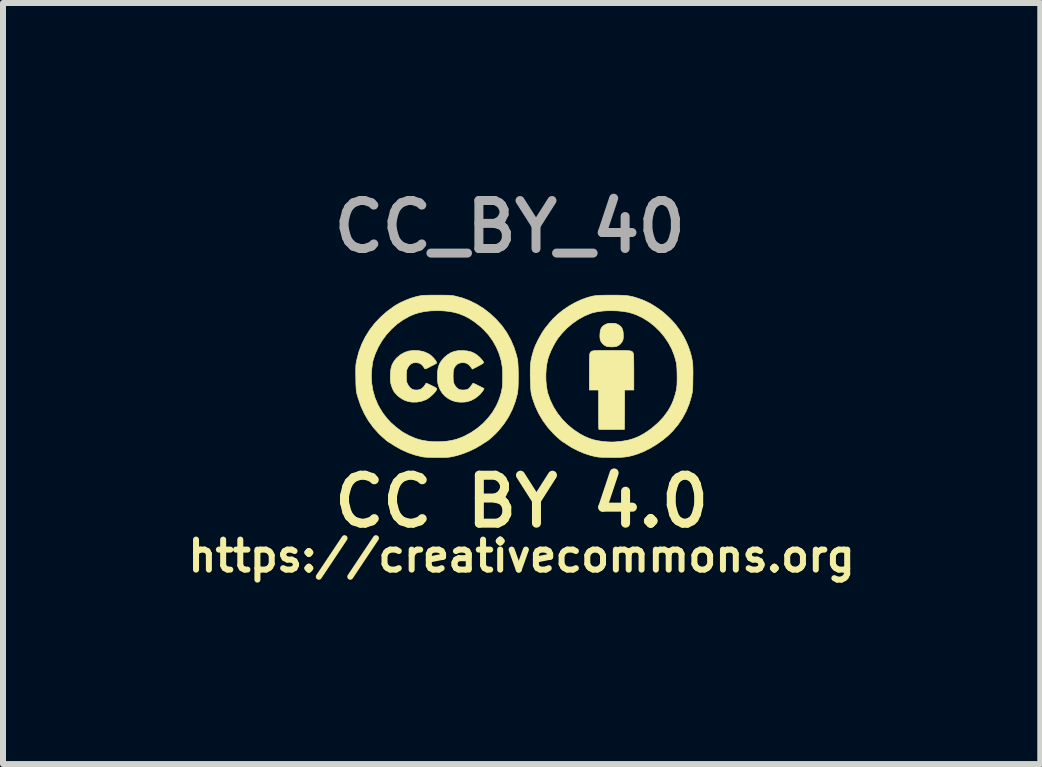
<source format=kicad_pcb>
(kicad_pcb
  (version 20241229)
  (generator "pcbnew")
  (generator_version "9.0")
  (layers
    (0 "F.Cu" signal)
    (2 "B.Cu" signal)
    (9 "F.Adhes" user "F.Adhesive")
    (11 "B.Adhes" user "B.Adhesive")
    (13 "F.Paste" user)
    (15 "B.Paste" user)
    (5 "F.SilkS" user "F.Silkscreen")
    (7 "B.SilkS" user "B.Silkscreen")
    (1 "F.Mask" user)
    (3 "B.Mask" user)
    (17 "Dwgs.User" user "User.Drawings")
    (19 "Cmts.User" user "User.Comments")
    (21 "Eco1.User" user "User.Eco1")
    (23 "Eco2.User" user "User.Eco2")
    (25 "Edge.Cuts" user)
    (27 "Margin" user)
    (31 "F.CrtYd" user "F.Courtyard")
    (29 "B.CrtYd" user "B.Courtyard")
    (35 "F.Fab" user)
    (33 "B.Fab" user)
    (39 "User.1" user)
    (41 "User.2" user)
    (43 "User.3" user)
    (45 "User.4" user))
  (footprint "CC_BY_40"
    (layer "F.Cu")
    (at 5.689 3.151)
    (property "Reference" "CC_BY_40" (at -0.24 -2.42 0) (layer "F.Fab") (effects (font (size 0.8 0.8) (thickness 0.15))))
    (attr through_hole)
    (fp_poly (pts (xy 1.492 -0.811) (xy 1.516 -0.808) (xy 1.536 -0.803) (xy 1.558 -0.793) (xy 1.565 -0.79) (xy 1.6 -0.767) (xy 1.625 -0.741) (xy 1.641 -0.708) (xy 1.651 -0.665) (xy 1.653 -0.631) (xy 1.654 -0.594) (xy 1.652 -0.559) (xy 1.648 -0.534) (xy 1.647 -0.532) (xy 1.632 -0.5) (xy 1.607 -0.468) (xy 1.575 -0.443) (xy 1.542 -0.426) (xy 1.536 -0.425) (xy 1.502 -0.419) (xy 1.461 -0.417) (xy 1.419 -0.419) (xy 1.383 -0.424) (xy 1.376 -0.425) (xy 1.352 -0.436) (xy 1.324 -0.456) (xy 1.313 -0.466) (xy 1.291 -0.491) (xy 1.276 -0.517) (xy 1.267 -0.547) (xy 1.263 -0.586) (xy 1.264 -0.631) (xy 1.269 -0.682) (xy 1.281 -0.721) (xy 1.3 -0.751) (xy 1.329 -0.776) (xy 1.353 -0.79) (xy 1.376 -0.8) (xy 1.396 -0.807) (xy 1.418 -0.81) (xy 1.448 -0.811) (xy 1.459 -0.811) (xy 1.492 -0.811)) (stroke (width 0.01) (type solid)) (fill yes) (layer "F.SilkS"))
    (fp_poly (pts (xy 1.537 -0.358) (xy 1.603 -0.358) (xy 1.656 -0.357) (xy 1.699 -0.356) (xy 1.733 -0.355) (xy 1.758 -0.352) (xy 1.777 -0.349) (xy 1.791 -0.344) (xy 1.801 -0.339) (xy 1.808 -0.331) (xy 1.814 -0.323) (xy 1.818 -0.315) (xy 1.82 -0.308) (xy 1.823 -0.297) (xy 1.825 -0.281) (xy 1.826 -0.259) (xy 1.827 -0.23) (xy 1.828 -0.191) (xy 1.828 -0.142) (xy 1.829 -0.082) (xy 1.829 -0.009) (xy 1.829 0.004) (xy 1.829 0.302) (xy 1.676 0.302) (xy 1.675 0.631) (xy 1.673 0.959) (xy 1.462 0.961) (xy 1.408 0.961) (xy 1.359 0.961) (xy 1.316 0.961) (xy 1.282 0.96) (xy 1.258 0.959) (xy 1.247 0.958) (xy 1.246 0.958) (xy 1.245 0.95) (xy 1.244 0.929) (xy 1.243 0.896) (xy 1.242 0.853) (xy 1.242 0.802) (xy 1.241 0.744) (xy 1.241 0.68) (xy 1.241 0.628) (xy 1.241 0.302) (xy 1.088 0.302) (xy 1.088 0.004) (xy 1.089 -0.071) (xy 1.089 -0.134) (xy 1.089 -0.184) (xy 1.09 -0.224) (xy 1.091 -0.255) (xy 1.092 -0.278) (xy 1.094 -0.295) (xy 1.096 -0.306) (xy 1.099 -0.314) (xy 1.099 -0.315) (xy 1.105 -0.325) (xy 1.111 -0.333) (xy 1.118 -0.34) (xy 1.129 -0.346) (xy 1.144 -0.35) (xy 1.165 -0.353) (xy 1.192 -0.355) (xy 1.228 -0.357) (xy 1.274 -0.358) (xy 1.33 -0.358) (xy 1.399 -0.358) (xy 1.459 -0.358) (xy 1.537 -0.358)) (stroke (width 0.01) (type solid)) (fill yes) (layer "F.SilkS"))
    (fp_poly (pts (xy -1.016 -0.356) (xy -0.947 -0.349) (xy -0.887 -0.335) (xy -0.834 -0.313) (xy -0.797 -0.29) (xy -0.772 -0.271) (xy -0.745 -0.247) (xy -0.72 -0.221) (xy -0.699 -0.196) (xy -0.683 -0.175) (xy -0.675 -0.159) (xy -0.675 -0.157) (xy -0.681 -0.148) (xy -0.697 -0.136) (xy -0.726 -0.118) (xy -0.768 -0.096) (xy -0.769 -0.095) (xy -0.863 -0.046) (xy -0.893 -0.087) (xy -0.925 -0.122) (xy -0.96 -0.144) (xy -1.001 -0.154) (xy -1.022 -0.155) (xy -1.071 -0.149) (xy -1.112 -0.131) (xy -1.144 -0.101) (xy -1.168 -0.061) (xy -1.179 -0.022) (xy -1.182 0.002) (xy -1.183 0.036) (xy -1.184 0.074) (xy -1.183 0.112) (xy -1.181 0.144) (xy -1.18 0.159) (xy -1.169 0.197) (xy -1.148 0.234) (xy -1.121 0.266) (xy -1.091 0.289) (xy -1.079 0.295) (xy -1.052 0.3) (xy -1.018 0.302) (xy -0.983 0.3) (xy -0.952 0.294) (xy -0.946 0.291) (xy -0.93 0.283) (xy -0.916 0.271) (xy -0.899 0.252) (xy -0.878 0.224) (xy -0.861 0.198) (xy -0.857 0.193) (xy -0.85 0.191) (xy -0.84 0.193) (xy -0.824 0.199) (xy -0.8 0.211) (xy -0.764 0.228) (xy -0.762 0.23) (xy -0.729 0.246) (xy -0.701 0.26) (xy -0.68 0.271) (xy -0.67 0.277) (xy -0.669 0.277) (xy -0.67 0.285) (xy -0.679 0.301) (xy -0.694 0.323) (xy -0.713 0.347) (xy -0.734 0.371) (xy -0.755 0.392) (xy -0.759 0.395) (xy -0.819 0.441) (xy -0.885 0.476) (xy -0.94 0.494) (xy -0.977 0.501) (xy -1.023 0.504) (xy -1.071 0.504) (xy -1.115 0.5) (xy -1.132 0.498) (xy -1.2 0.478) (xy -1.263 0.446) (xy -1.319 0.404) (xy -1.366 0.353) (xy -1.4 0.298) (xy -1.421 0.25) (xy -1.436 0.202) (xy -1.444 0.151) (xy -1.447 0.091) (xy -1.447 0.074) (xy -1.444 -0.001) (xy -1.434 -0.065) (xy -1.417 -0.12) (xy -1.39 -0.17) (xy -1.354 -0.216) (xy -1.334 -0.238) (xy -1.278 -0.285) (xy -1.222 -0.32) (xy -1.161 -0.343) (xy -1.094 -0.355) (xy -1.019 -0.356) (xy -1.016 -0.356)) (stroke (width 0.01) (type solid)) (fill yes) (layer "F.SilkS"))
    (fp_poly (pts (xy -1.743 -0.352) (xy -1.67 -0.336) (xy -1.605 -0.308) (xy -1.567 -0.285) (xy -1.542 -0.264) (xy -1.517 -0.239) (xy -1.494 -0.214) (xy -1.476 -0.189) (xy -1.463 -0.167) (xy -1.458 -0.151) (xy -1.46 -0.145) (xy -1.467 -0.141) (xy -1.484 -0.131) (xy -1.51 -0.117) (xy -1.542 -0.101) (xy -1.556 -0.093) (xy -1.593 -0.074) (xy -1.619 -0.061) (xy -1.636 -0.053) (xy -1.647 -0.051) (xy -1.654 -0.052) (xy -1.658 -0.056) (xy -1.658 -0.056) (xy -1.687 -0.099) (xy -1.717 -0.128) (xy -1.75 -0.146) (xy -1.789 -0.154) (xy -1.806 -0.155) (xy -1.85 -0.15) (xy -1.887 -0.134) (xy -1.917 -0.106) (xy -1.943 -0.065) (xy -1.946 -0.057) (xy -1.954 -0.04) (xy -1.958 -0.022) (xy -1.961 -0.002) (xy -1.963 0.026) (xy -1.963 0.064) (xy -1.963 0.07) (xy -1.963 0.11) (xy -1.962 0.139) (xy -1.959 0.16) (xy -1.954 0.178) (xy -1.947 0.195) (xy -1.946 0.197) (xy -1.924 0.236) (xy -1.896 0.268) (xy -1.865 0.29) (xy -1.86 0.292) (xy -1.826 0.301) (xy -1.786 0.302) (xy -1.746 0.296) (xy -1.72 0.286) (xy -1.697 0.269) (xy -1.672 0.244) (xy -1.651 0.216) (xy -1.638 0.192) (xy -1.632 0.19) (xy -1.615 0.194) (xy -1.588 0.206) (xy -1.556 0.221) (xy -1.516 0.241) (xy -1.487 0.256) (xy -1.469 0.267) (xy -1.459 0.276) (xy -1.456 0.284) (xy -1.458 0.294) (xy -1.465 0.306) (xy -1.469 0.312) (xy -1.489 0.34) (xy -1.519 0.372) (xy -1.554 0.404) (xy -1.59 0.433) (xy -1.624 0.456) (xy -1.636 0.462) (xy -1.709 0.489) (xy -1.786 0.503) (xy -1.865 0.504) (xy -1.929 0.494) (xy -1.989 0.475) (xy -2.048 0.443) (xy -2.103 0.402) (xy -2.149 0.355) (xy -2.172 0.324) (xy -2.184 0.301) (xy -2.198 0.27) (xy -2.21 0.237) (xy -2.211 0.233) (xy -2.219 0.207) (xy -2.225 0.183) (xy -2.228 0.159) (xy -2.23 0.128) (xy -2.231 0.089) (xy -2.231 0.077) (xy -2.228 0.002) (xy -2.219 -0.063) (xy -2.202 -0.119) (xy -2.176 -0.168) (xy -2.142 -0.214) (xy -2.113 -0.244) (xy -2.053 -0.292) (xy -1.991 -0.326) (xy -1.924 -0.348) (xy -1.85 -0.357) (xy -1.823 -0.358) (xy -1.743 -0.352)) (stroke (width 0.01) (type solid)) (fill yes) (layer "F.SilkS"))
    (fp_poly (pts (xy -1.39 -1.28) (xy -1.336 -1.279) (xy -1.293 -1.279) (xy -1.258 -1.278) (xy -1.229 -1.276) (xy -1.204 -1.274) (xy -1.182 -1.271) (xy -1.16 -1.267) (xy -1.152 -1.265) (xy -1.029 -1.233) (xy -0.909 -1.187) (xy -0.792 -1.129) (xy -0.679 -1.059) (xy -0.573 -0.977) (xy -0.474 -0.886) (xy -0.383 -0.785) (xy -0.364 -0.761) (xy -0.288 -0.653) (xy -0.223 -0.535) (xy -0.169 -0.41) (xy -0.127 -0.278) (xy -0.111 -0.211) (xy -0.106 -0.18) (xy -0.103 -0.138) (xy -0.1 -0.086) (xy -0.098 -0.027) (xy -0.097 0.036) (xy -0.097 0.1) (xy -0.098 0.163) (xy -0.099 0.223) (xy -0.102 0.277) (xy -0.106 0.322) (xy -0.11 0.355) (xy -0.111 0.36) (xy -0.148 0.497) (xy -0.198 0.627) (xy -0.26 0.75) (xy -0.335 0.865) (xy -0.422 0.973) (xy -0.477 1.032) (xy -0.518 1.07) (xy -0.557 1.106) (xy -0.594 1.136) (xy -0.625 1.159) (xy -0.641 1.168) (xy -0.653 1.176) (xy -0.675 1.189) (xy -0.702 1.207) (xy -0.722 1.22) (xy -0.811 1.272) (xy -0.909 1.319) (xy -1.013 1.361) (xy -1.117 1.394) (xy -1.195 1.412) (xy -1.22 1.417) (xy -1.244 1.421) (xy -1.27 1.423) (xy -1.3 1.425) (xy -1.337 1.426) (xy -1.382 1.426) (xy -1.439 1.426) (xy -1.456 1.426) (xy -1.529 1.426) (xy -1.591 1.424) (xy -1.641 1.422) (xy -1.679 1.418) (xy -1.696 1.416) (xy -1.816 1.387) (xy -1.936 1.346) (xy -2.054 1.292) (xy -2.166 1.229) (xy -2.183 1.217) (xy -2.21 1.2) (xy -2.233 1.185) (xy -2.249 1.176) (xy -2.254 1.173) (xy -2.263 1.168) (xy -2.279 1.156) (xy -2.302 1.138) (xy -2.328 1.115) (xy -2.356 1.091) (xy -2.383 1.066) (xy -2.407 1.044) (xy -2.418 1.034) (xy -2.512 0.929) (xy -2.594 0.817) (xy -2.664 0.697) (xy -2.723 0.568) (xy -2.77 0.43) (xy -2.788 0.368) (xy -2.792 0.348) (xy -2.796 0.328) (xy -2.799 0.305) (xy -2.801 0.279) (xy -2.803 0.246) (xy -2.805 0.205) (xy -2.806 0.153) (xy -2.807 0.099) (xy -2.807 0.069) (xy -2.548 0.069) (xy -2.541 0.19) (xy -2.521 0.31) (xy -2.488 0.427) (xy -2.442 0.538) (xy -2.407 0.603) (xy -2.352 0.691) (xy -2.291 0.77) (xy -2.223 0.844) (xy -2.144 0.914) (xy -2.053 0.984) (xy -2.048 0.988) (xy -2.01 1.012) (xy -1.963 1.038) (xy -1.91 1.065) (xy -1.856 1.089) (xy -1.805 1.11) (xy -1.774 1.121) (xy -1.692 1.142) (xy -1.601 1.156) (xy -1.503 1.164) (xy -1.403 1.164) (xy -1.305 1.157) (xy -1.28 1.154) (xy -1.19 1.139) (xy -1.107 1.116) (xy -1.025 1.084) (xy -0.998 1.072) (xy -0.886 1.012) (xy -0.782 0.941) (xy -0.687 0.861) (xy -0.603 0.772) (xy -0.529 0.676) (xy -0.468 0.573) (xy -0.454 0.545) (xy -0.434 0.501) (xy -0.415 0.452) (xy -0.398 0.401) (xy -0.384 0.354) (xy -0.375 0.315) (xy -0.374 0.309) (xy -0.37 0.286) (xy -0.366 0.267) (xy -0.365 0.262) (xy -0.363 0.242) (xy -0.36 0.21) (xy -0.359 0.17) (xy -0.358 0.125) (xy -0.358 0.077) (xy -0.358 0.03) (xy -0.359 -0.013) (xy -0.361 -0.049) (xy -0.362 -0.068) (xy -0.382 -0.186) (xy -0.416 -0.301) (xy -0.463 -0.412) (xy -0.522 -0.517) (xy -0.593 -0.616) (xy -0.676 -0.707) (xy -0.729 -0.756) (xy -0.82 -0.829) (xy -0.909 -0.889) (xy -0.999 -0.936) (xy -1.092 -0.973) (xy -1.19 -0.998) (xy -1.295 -1.014) (xy -1.409 -1.022) (xy -1.452 -1.022) (xy -1.56 -1.018) (xy -1.659 -1.007) (xy -1.75 -0.988) (xy -1.836 -0.961) (xy -1.912 -0.928) (xy -2.019 -0.868) (xy -2.12 -0.796) (xy -2.212 -0.713) (xy -2.296 -0.621) (xy -2.37 -0.52) (xy -2.432 -0.413) (xy -2.483 -0.3) (xy -2.512 -0.214) (xy -2.518 -0.192) (xy -2.523 -0.174) (xy -2.526 -0.154) (xy -2.53 -0.131) (xy -2.534 -0.1) (xy -2.539 -0.059) (xy -2.54 -0.054) (xy -2.548 0.069) (xy -2.807 0.069) (xy -2.808 0.038) (xy -2.808 -0.01) (xy -2.808 -0.049) (xy -2.807 -0.08) (xy -2.806 -0.106) (xy -2.804 -0.129) (xy -2.8 -0.152) (xy -2.796 -0.176) (xy -2.791 -0.199) (xy -2.757 -0.331) (xy -2.709 -0.46) (xy -2.649 -0.582) (xy -2.576 -0.699) (xy -2.491 -0.81) (xy -2.394 -0.912) (xy -2.287 -1.007) (xy -2.17 -1.093) (xy -2.14 -1.112) (xy -2.064 -1.155) (xy -1.978 -1.194) (xy -1.887 -1.229) (xy -1.796 -1.256) (xy -1.755 -1.265) (xy -1.734 -1.269) (xy -1.713 -1.273) (xy -1.69 -1.275) (xy -1.662 -1.277) (xy -1.629 -1.278) (xy -1.587 -1.279) (xy -1.535 -1.28) (xy -1.471 -1.28) (xy -1.456 -1.28) (xy -1.39 -1.28)) (stroke (width 0.01) (type solid)) (fill yes) (layer "F.SilkS"))
    (fp_poly (pts (xy 1.526 -1.28) (xy 1.588 -1.279) (xy 1.639 -1.277) (xy 1.683 -1.275) (xy 1.72 -1.271) (xy 1.755 -1.266) (xy 1.788 -1.259) (xy 1.823 -1.251) (xy 1.86 -1.24) (xy 1.875 -1.235) (xy 1.961 -1.206) (xy 2.044 -1.17) (xy 2.126 -1.127) (xy 2.21 -1.074) (xy 2.275 -1.029) (xy 2.312 -1) (xy 2.354 -0.964) (xy 2.398 -0.924) (xy 2.441 -0.882) (xy 2.48 -0.841) (xy 2.513 -0.804) (xy 2.529 -0.785) (xy 2.549 -0.758) (xy 2.571 -0.729) (xy 2.58 -0.717) (xy 2.62 -0.658) (xy 2.66 -0.59) (xy 2.698 -0.515) (xy 2.732 -0.437) (xy 2.76 -0.361) (xy 2.775 -0.312) (xy 2.787 -0.268) (xy 2.796 -0.228) (xy 2.803 -0.191) (xy 2.809 -0.154) (xy 2.812 -0.114) (xy 2.814 -0.069) (xy 2.815 -0.016) (xy 2.815 0.046) (xy 2.814 0.11) (xy 2.813 0.172) (xy 2.812 0.222) (xy 2.81 0.262) (xy 2.808 0.294) (xy 2.806 0.32) (xy 2.803 0.342) (xy 2.799 0.364) (xy 2.794 0.386) (xy 2.792 0.397) (xy 2.753 0.529) (xy 2.703 0.653) (xy 2.641 0.769) (xy 2.567 0.879) (xy 2.482 0.981) (xy 2.404 1.059) (xy 2.314 1.134) (xy 2.215 1.204) (xy 2.112 1.267) (xy 2.007 1.321) (xy 1.902 1.364) (xy 1.878 1.372) (xy 1.828 1.388) (xy 1.782 1.4) (xy 1.738 1.41) (xy 1.694 1.417) (xy 1.646 1.422) (xy 1.592 1.425) (xy 1.529 1.426) (xy 1.454 1.426) (xy 1.453 1.426) (xy 1.372 1.425) (xy 1.305 1.424) (xy 1.253 1.421) (xy 1.216 1.417) (xy 1.205 1.416) (xy 1.106 1.392) (xy 1.004 1.359) (xy 0.902 1.316) (xy 0.805 1.267) (xy 0.716 1.212) (xy 0.696 1.197) (xy 0.677 1.184) (xy 0.662 1.175) (xy 0.657 1.173) (xy 0.648 1.168) (xy 0.631 1.156) (xy 0.608 1.137) (xy 0.581 1.114) (xy 0.552 1.089) (xy 0.524 1.063) (xy 0.499 1.039) (xy 0.493 1.033) (xy 0.397 0.927) (xy 0.313 0.812) (xy 0.241 0.691) (xy 0.183 0.564) (xy 0.137 0.432) (xy 0.119 0.36) (xy 0.115 0.334) (xy 0.111 0.296) (xy 0.108 0.249) (xy 0.106 0.194) (xy 0.104 0.136) (xy 0.102 0.076) (xy 0.102 0.056) (xy 0.362 0.056) (xy 0.364 0.15) (xy 0.373 0.241) (xy 0.387 0.325) (xy 0.396 0.36) (xy 0.438 0.476) (xy 0.492 0.588) (xy 0.559 0.693) (xy 0.637 0.792) (xy 0.725 0.881) (xy 0.823 0.962) (xy 0.93 1.033) (xy 1.001 1.071) (xy 1.077 1.105) (xy 1.15 1.13) (xy 1.228 1.147) (xy 1.274 1.154) (xy 1.343 1.163) (xy 1.403 1.167) (xy 1.46 1.169) (xy 1.518 1.167) (xy 1.581 1.161) (xy 1.644 1.154) (xy 1.735 1.138) (xy 1.821 1.113) (xy 1.905 1.079) (xy 1.988 1.035) (xy 2.074 0.979) (xy 2.137 0.932) (xy 2.235 0.847) (xy 2.322 0.754) (xy 2.396 0.654) (xy 2.437 0.585) (xy 2.467 0.524) (xy 2.494 0.455) (xy 2.517 0.383) (xy 2.535 0.314) (xy 2.545 0.25) (xy 2.546 0.248) (xy 2.549 0.207) (xy 2.55 0.158) (xy 2.551 0.103) (xy 2.55 0.046) (xy 2.549 -0.01) (xy 2.547 -0.063) (xy 2.543 -0.108) (xy 2.539 -0.144) (xy 2.537 -0.155) (xy 2.506 -0.269) (xy 2.463 -0.379) (xy 2.406 -0.485) (xy 2.339 -0.585) (xy 2.262 -0.677) (xy 2.176 -0.761) (xy 2.082 -0.835) (xy 1.981 -0.899) (xy 1.874 -0.95) (xy 1.809 -0.974) (xy 1.737 -0.994) (xy 1.656 -1.008) (xy 1.568 -1.017) (xy 1.477 -1.021) (xy 1.385 -1.02) (xy 1.297 -1.014) (xy 1.214 -1.002) (xy 1.141 -0.986) (xy 1.11 -0.976) (xy 1.005 -0.932) (xy 0.902 -0.875) (xy 0.803 -0.806) (xy 0.711 -0.727) (xy 0.627 -0.639) (xy 0.565 -0.562) (xy 0.526 -0.502) (xy 0.488 -0.434) (xy 0.452 -0.362) (xy 0.422 -0.29) (xy 0.399 -0.224) (xy 0.396 -0.212) (xy 0.378 -0.13) (xy 0.367 -0.039) (xy 0.362 0.056) (xy 0.102 0.056) (xy 0.102 0.017) (xy 0.102 -0.038) (xy 0.104 -0.087) (xy 0.106 -0.127) (xy 0.109 -0.155) (xy 0.118 -0.208) (xy 0.131 -0.266) (xy 0.147 -0.323) (xy 0.162 -0.374) (xy 0.17 -0.396) (xy 0.188 -0.441) (xy 0.212 -0.491) (xy 0.238 -0.544) (xy 0.267 -0.596) (xy 0.295 -0.646) (xy 0.323 -0.689) (xy 0.347 -0.724) (xy 0.36 -0.74) (xy 0.37 -0.752) (xy 0.387 -0.773) (xy 0.407 -0.798) (xy 0.42 -0.815) (xy 0.487 -0.891) (xy 0.566 -0.965) (xy 0.654 -1.035) (xy 0.749 -1.099) (xy 0.849 -1.155) (xy 0.949 -1.202) (xy 1.021 -1.229) (xy 1.062 -1.242) (xy 1.099 -1.253) (xy 1.134 -1.262) (xy 1.168 -1.268) (xy 1.205 -1.273) (xy 1.247 -1.276) (xy 1.295 -1.278) (xy 1.353 -1.279) (xy 1.422 -1.28) (xy 1.452 -1.28) (xy 1.526 -1.28)) (stroke (width 0.01) (type solid)) (fill yes) (layer "F.SilkS"))
    (fp_text user "CC BY 4.0" (at -0.042 2.16 0) (layer "F.SilkS") (effects (font (size 0.8 0.8) (thickness 0.15))))
    (fp_text user "https://creativecommons.org" (at -0.042 3.07 0) (layer "F.SilkS") (effects (font (size 0.5 0.5) (thickness 0.1)))))
  (gr_rect
    (start -3 -3)
    (end 14.295 9.689)
    (stroke (width 0.1) (type default))
    (fill no)
    (layer "Edge.Cuts")))
</source>
